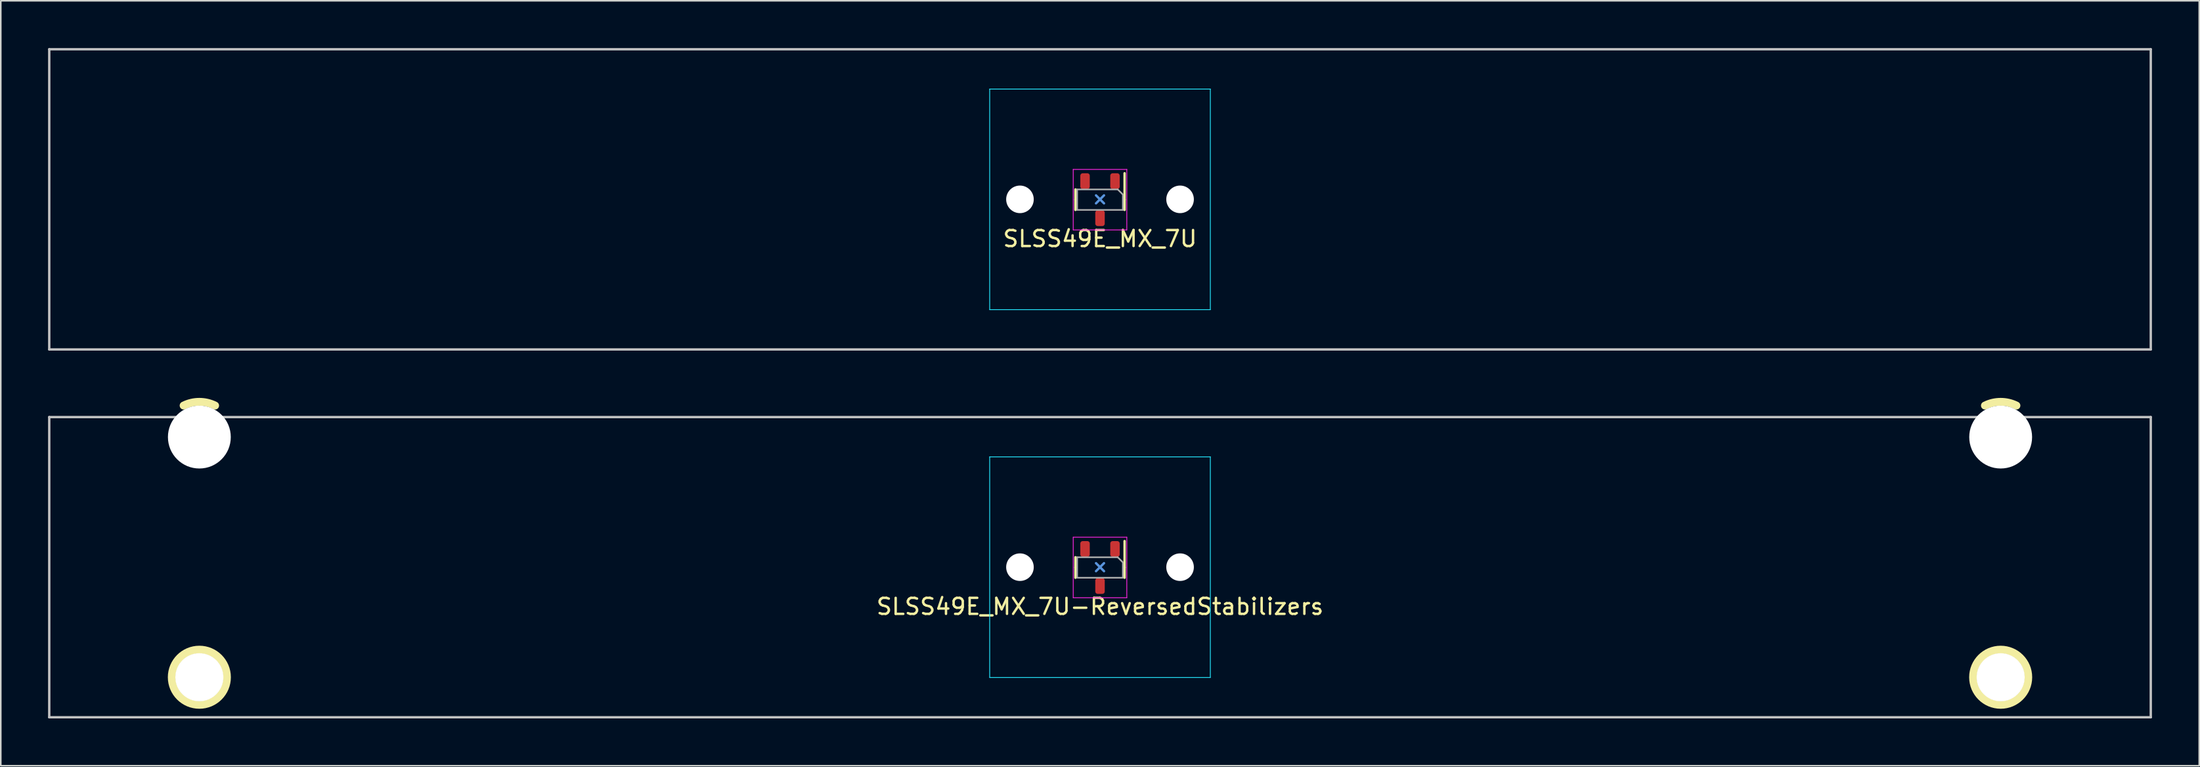
<source format=kicad_pcb>
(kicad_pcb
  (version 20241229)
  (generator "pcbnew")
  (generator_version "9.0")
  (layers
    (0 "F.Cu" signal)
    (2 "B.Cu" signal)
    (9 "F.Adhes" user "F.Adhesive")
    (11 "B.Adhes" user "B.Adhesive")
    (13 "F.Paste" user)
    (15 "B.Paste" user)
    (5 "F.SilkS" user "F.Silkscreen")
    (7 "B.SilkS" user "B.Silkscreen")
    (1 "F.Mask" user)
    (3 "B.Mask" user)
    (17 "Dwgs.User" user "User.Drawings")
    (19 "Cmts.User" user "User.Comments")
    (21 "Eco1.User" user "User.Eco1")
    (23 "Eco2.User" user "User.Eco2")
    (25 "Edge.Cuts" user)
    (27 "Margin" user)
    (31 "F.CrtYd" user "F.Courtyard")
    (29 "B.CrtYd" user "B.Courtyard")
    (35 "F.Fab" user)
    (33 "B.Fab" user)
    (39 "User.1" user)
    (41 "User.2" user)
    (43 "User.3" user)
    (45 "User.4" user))
  (footprint "SLSS49E_MX_7U-ReversedStabilizers"
    (layer "F.Cu")
    (at 66.75 32.941)
    (property "Reference" "SLSS49E_MX_7U-ReversedStabilizers" (at 0 2.5 0) (unlocked yes) (layer "F.SilkS") (effects (font (size 1.016 1.016) (thickness 0.153))))
    (attr smd)
    (fp_line (start -1.56 0.02) (end -1.56 -0.63) (stroke (width 0.153) (type solid)) (layer "F.SilkS"))
    (fp_line (start -1.56 0.02) (end -1.56 0.67) (stroke (width 0.153) (type solid)) (layer "F.SilkS"))
    (fp_line (start 1.56 0.02) (end 1.56 -1.655) (stroke (width 0.153) (type solid)) (layer "F.SilkS"))
    (fp_line (start 1.56 0.02) (end 1.56 0.67) (stroke (width 0.153) (type solid)) (layer "F.SilkS"))
    (fp_arc (start -58.148949 -10.255525) (mid -57.149413 -10.491068) (end -56.15 -10.255) (stroke (width 0.5) (type solid)) (layer "F.SilkS"))
    (fp_arc (start 56.151051 -10.255525) (mid 57.150587 -10.491068) (end 58.15 -10.255) (stroke (width 0.5) (type solid)) (layer "F.SilkS"))
    (fp_circle (center -57.15 6.985) (end -55.4 6.985) (stroke (width 0.5) (type solid)) (fill no) (layer "F.SilkS"))
    (fp_circle (center 57.15 6.985) (end 58.9 6.985) (stroke (width 0.5) (type solid)) (fill no) (layer "F.SilkS"))
    (fp_line (start -66.675 -9.525) (end 66.675 -9.525) (stroke (width 0.15) (type solid)) (layer "Dwgs.User"))
    (fp_line (start -66.675 9.525) (end -66.675 -9.525) (stroke (width 0.15) (type solid)) (layer "Dwgs.User"))
    (fp_line (start -66.675 9.525) (end 66.675 9.525) (stroke (width 0.15) (type solid)) (layer "Dwgs.User"))
    (fp_line (start 66.675 -9.525) (end 66.675 9.525) (stroke (width 0.15) (type solid)) (layer "Dwgs.User"))
    (fp_line (start -0.254 -0.254) (end 0.254 0.254) (stroke (width 0.15) (type default)) (layer "Cmts.User"))
    (fp_line (start -0.254 0.254) (end 0.254 -0.254) (stroke (width 0.15) (type default)) (layer "Cmts.User"))
    (fp_line (start -7 6.5) (end -7 -6.5) (stroke (width 0.15) (type solid)) (layer "Eco2.User"))
    (fp_line (start -6.5 -7) (end 6.5 -7) (stroke (width 0.15) (type solid)) (layer "Eco2.User"))
    (fp_line (start 6.5 7) (end -6.5 7) (stroke (width 0.15) (type solid)) (layer "Eco2.User"))
    (fp_line (start 7 -6.5) (end 7 6.5) (stroke (width 0.15) (type solid)) (layer "Eco2.User"))
    (fp_arc (start -7 -6.5) (mid -6.853553 -6.853553) (end -6.5 -7) (stroke (width 0.15) (type solid)) (layer "Eco2.User"))
    (fp_arc (start -6.5 7) (mid -6.853553 6.853553) (end -7 6.5) (stroke (width 0.15) (type solid)) (layer "Eco2.User"))
    (fp_arc (start 6.5 -7) (mid 6.853553 -6.853553) (end 7 -6.5) (stroke (width 0.15) (type solid)) (layer "Eco2.User"))
    (fp_arc (start 6.997236 6.498884) (mid 6.85082 6.852454) (end 6.497236 6.998884) (stroke (width 0.15) (type solid)) (layer "Eco2.User"))
    (fp_line (start -7 -7) (end 7 -7) (stroke (width 0.05) (type solid)) (layer "B.CrtYd"))
    (fp_line (start -7 7) (end -7 -7) (stroke (width 0.05) (type solid)) (layer "B.CrtYd"))
    (fp_line (start 7 -7) (end 7 7) (stroke (width 0.05) (type solid)) (layer "B.CrtYd"))
    (fp_line (start 7 7) (end -7 7) (stroke (width 0.05) (type solid)) (layer "B.CrtYd"))
    (fp_line (start -1.7 -1.9) (end -1.7 1.94) (stroke (width 0.05) (type solid)) (layer "F.CrtYd"))
    (fp_line (start -1.7 1.94) (end 1.7 1.94) (stroke (width 0.05) (type solid)) (layer "F.CrtYd"))
    (fp_line (start 1.7 -1.9) (end -1.7 -1.9) (stroke (width 0.05) (type solid)) (layer "F.CrtYd"))
    (fp_line (start 1.7 1.94) (end 1.7 -1.9) (stroke (width 0.05) (type solid)) (layer "F.CrtYd"))
    (fp_line (start -1.45 -0.63) (end 1.125 -0.63) (stroke (width 0.1) (type solid)) (layer "F.Fab"))
    (fp_line (start -1.45 0.67) (end -1.45 -0.63) (stroke (width 0.1) (type solid)) (layer "F.Fab"))
    (fp_line (start 1.125 -0.63) (end 1.45 -0.305) (stroke (width 0.1) (type solid)) (layer "F.Fab"))
    (fp_line (start 1.45 -0.305) (end 1.45 0.67) (stroke (width 0.1) (type solid)) (layer "F.Fab"))
    (fp_line (start 1.45 0.67) (end -1.45 0.67) (stroke (width 0.1) (type solid)) (layer "F.Fab"))
    (pad "" np_thru_hole circle (at -57.15 -8.255 180) (size 3.988 3.988) (drill 3.988) (layers "*.Cu" "*.Mask"))
    (pad "" np_thru_hole circle (at -57.15 6.985 180) (size 3.048 3.048) (drill 3.048) (layers "*.Cu" "*.Mask"))
    (pad "" np_thru_hole circle (at -5.08 0) (size 1.75 1.75) (drill 1.75) (layers "*.Cu" "*.Mask"))
    (pad "" np_thru_hole circle (at 5.08 0) (size 1.75 1.75) (drill 1.75) (layers "*.Cu" "*.Mask"))
    (pad "" np_thru_hole circle (at 57.15 -8.255 180) (size 3.988 3.988) (drill 3.988) (layers "*.Cu" "*.Mask"))
    (pad "" np_thru_hole circle (at 57.15 6.985 180) (size 3.048 3.048) (drill 3.048) (layers "*.Cu" "*.Mask"))
    (pad "1" smd roundrect (at 0.95 -1.155 270) (size 1 0.6) (layers "F.Cu" "F.Mask" "F.Paste") (roundrect_rratio 0.25))
    (pad "2" smd roundrect (at 0 1.195 270) (size 1 0.6) (layers "F.Cu" "F.Mask" "F.Paste") (roundrect_rratio 0.25))
    (pad "3" smd roundrect (at -0.95 -1.155 270) (size 1 0.6) (layers "F.Cu" "F.Mask" "F.Paste") (roundrect_rratio 0.25))
    (zone (net_name "") (layers "F.Cu" "B.Cu") (hatch edge 0.5) (connect_pads) (min_thickness 0.25) (filled_areas_thickness no) (keepout (tracks allowed) (vias allowed) (pads allowed) (copperpour not_allowed) (footprints allowed)) (placement (enabled no)) (fill) (polygon (pts (xy 68.5 32.941) (xy 68.48 32.68) (xy 68.422 32.425) (xy 68.327 32.182) (xy 68.196 31.955) (xy 68.033 31.751) (xy 67.841 31.573) (xy 67.625 31.426) (xy 67.389 31.312) (xy 67.139 31.235) (xy 66.881 31.196) (xy 66.619 31.196) (xy 66.361 31.235) (xy 66.111 31.312) (xy 65.875 31.426) (xy 65.659 31.573) (xy 65.467 31.751) (xy 65.304 31.955) (xy 65.173 32.182) (xy 65.078 32.425) (xy 65.02 32.68) (xy 65 32.941) (xy 65.02 33.202) (xy 65.078 33.457) (xy 65.173 33.7) (xy 65.304 33.927) (xy 65.467 34.131) (xy 65.659 34.309) (xy 65.875 34.457) (xy 66.111 34.57) (xy 66.361 34.647) (xy 66.619 34.686) (xy 66.881 34.686) (xy 67.139 34.647) (xy 67.389 34.57) (xy 67.625 34.457) (xy 67.841 34.309) (xy 68.033 34.131) (xy 68.196 33.927) (xy 68.327 33.7) (xy 68.422 33.457) (xy 68.48 33.202)))))
  (footprint "SLSS49E_MX_7U"
    (layer "F.Cu")
    (at 66.75 9.6)
    (property "Reference" "SLSS49E_MX_7U" (at 0 2.5 0) (unlocked yes) (layer "F.SilkS") (effects (font (size 1.016 1.016) (thickness 0.153))))
    (attr smd)
    (fp_line (start -1.56 0.02) (end -1.56 -0.63) (stroke (width 0.153) (type solid)) (layer "F.SilkS"))
    (fp_line (start -1.56 0.02) (end -1.56 0.67) (stroke (width 0.153) (type solid)) (layer "F.SilkS"))
    (fp_line (start 1.56 0.02) (end 1.56 -1.655) (stroke (width 0.153) (type solid)) (layer "F.SilkS"))
    (fp_line (start 1.56 0.02) (end 1.56 0.67) (stroke (width 0.153) (type solid)) (layer "F.SilkS"))
    (fp_line (start -66.675 -9.525) (end 66.675 -9.525) (stroke (width 0.15) (type solid)) (layer "Dwgs.User"))
    (fp_line (start -66.675 9.525) (end -66.675 -9.525) (stroke (width 0.15) (type solid)) (layer "Dwgs.User"))
    (fp_line (start -66.675 9.525) (end 66.675 9.525) (stroke (width 0.15) (type solid)) (layer "Dwgs.User"))
    (fp_line (start 66.675 -9.525) (end 66.675 9.525) (stroke (width 0.15) (type solid)) (layer "Dwgs.User"))
    (fp_line (start -0.254 -0.254) (end 0.254 0.254) (stroke (width 0.15) (type default)) (layer "Cmts.User"))
    (fp_line (start -0.254 0.254) (end 0.254 -0.254) (stroke (width 0.15) (type default)) (layer "Cmts.User"))
    (fp_line (start -7 6.5) (end -7 -6.5) (stroke (width 0.15) (type solid)) (layer "Eco2.User"))
    (fp_line (start -6.5 -7) (end 6.5 -7) (stroke (width 0.15) (type solid)) (layer "Eco2.User"))
    (fp_line (start 6.5 7) (end -6.5 7) (stroke (width 0.15) (type solid)) (layer "Eco2.User"))
    (fp_line (start 7 -6.5) (end 7 6.5) (stroke (width 0.15) (type solid)) (layer "Eco2.User"))
    (fp_arc (start -7 -6.5) (mid -6.853553 -6.853553) (end -6.5 -7) (stroke (width 0.15) (type solid)) (layer "Eco2.User"))
    (fp_arc (start -6.5 7) (mid -6.853553 6.853553) (end -7 6.5) (stroke (width 0.15) (type solid)) (layer "Eco2.User"))
    (fp_arc (start 6.5 -7) (mid 6.853553 -6.853553) (end 7 -6.5) (stroke (width 0.15) (type solid)) (layer "Eco2.User"))
    (fp_arc (start 6.997236 6.498884) (mid 6.85082 6.852454) (end 6.497236 6.998884) (stroke (width 0.15) (type solid)) (layer "Eco2.User"))
    (fp_line (start -7 -7) (end 7 -7) (stroke (width 0.05) (type solid)) (layer "B.CrtYd"))
    (fp_line (start -7 7) (end -7 -7) (stroke (width 0.05) (type solid)) (layer "B.CrtYd"))
    (fp_line (start 7 -7) (end 7 7) (stroke (width 0.05) (type solid)) (layer "B.CrtYd"))
    (fp_line (start 7 7) (end -7 7) (stroke (width 0.05) (type solid)) (layer "B.CrtYd"))
    (fp_line (start -1.7 -1.9) (end -1.7 1.94) (stroke (width 0.05) (type solid)) (layer "F.CrtYd"))
    (fp_line (start -1.7 1.94) (end 1.7 1.94) (stroke (width 0.05) (type solid)) (layer "F.CrtYd"))
    (fp_line (start 1.7 -1.9) (end -1.7 -1.9) (stroke (width 0.05) (type solid)) (layer "F.CrtYd"))
    (fp_line (start 1.7 1.94) (end 1.7 -1.9) (stroke (width 0.05) (type solid)) (layer "F.CrtYd"))
    (fp_line (start -1.45 -0.63) (end 1.125 -0.63) (stroke (width 0.1) (type solid)) (layer "F.Fab"))
    (fp_line (start -1.45 0.67) (end -1.45 -0.63) (stroke (width 0.1) (type solid)) (layer "F.Fab"))
    (fp_line (start 1.125 -0.63) (end 1.45 -0.305) (stroke (width 0.1) (type solid)) (layer "F.Fab"))
    (fp_line (start 1.45 -0.305) (end 1.45 0.67) (stroke (width 0.1) (type solid)) (layer "F.Fab"))
    (fp_line (start 1.45 0.67) (end -1.45 0.67) (stroke (width 0.1) (type solid)) (layer "F.Fab"))
    (pad "" np_thru_hole circle (at -5.08 0) (size 1.75 1.75) (drill 1.75) (layers "*.Cu" "*.Mask"))
    (pad "" np_thru_hole circle (at 5.08 0) (size 1.75 1.75) (drill 1.75) (layers "*.Cu" "*.Mask"))
    (pad "1" smd roundrect (at 0.95 -1.155 270) (size 1 0.6) (layers "F.Cu" "F.Mask" "F.Paste") (roundrect_rratio 0.25))
    (pad "2" smd roundrect (at 0 1.195 270) (size 1 0.6) (layers "F.Cu" "F.Mask" "F.Paste") (roundrect_rratio 0.25))
    (pad "3" smd roundrect (at -0.95 -1.155 270) (size 1 0.6) (layers "F.Cu" "F.Mask" "F.Paste") (roundrect_rratio 0.25))
    (zone (net_name "") (layers "F.Cu" "B.Cu") (hatch edge 0.5) (connect_pads) (min_thickness 0.25) (filled_areas_thickness no) (keepout (tracks allowed) (vias allowed) (pads allowed) (copperpour not_allowed) (footprints allowed)) (placement (enabled no)) (fill) (polygon (pts (xy 68.5 9.6) (xy 68.48 9.339) (xy 68.422 9.084) (xy 68.327 8.841) (xy 68.196 8.614) (xy 68.033 8.41) (xy 67.841 8.232) (xy 67.625 8.084) (xy 67.389 7.971) (xy 67.139 7.894) (xy 66.881 7.855) (xy 66.619 7.855) (xy 66.361 7.894) (xy 66.111 7.971) (xy 65.875 8.084) (xy 65.659 8.232) (xy 65.467 8.41) (xy 65.304 8.614) (xy 65.173 8.841) (xy 65.078 9.084) (xy 65.02 9.339) (xy 65 9.6) (xy 65.02 9.861) (xy 65.078 10.116) (xy 65.173 10.359) (xy 65.304 10.586) (xy 65.467 10.79) (xy 65.659 10.968) (xy 65.875 11.116) (xy 66.111 11.229) (xy 66.361 11.306) (xy 66.619 11.345) (xy 66.881 11.345) (xy 67.139 11.306) (xy 67.389 11.229) (xy 67.625 11.116) (xy 67.841 10.968) (xy 68.033 10.79) (xy 68.196 10.586) (xy 68.327 10.359) (xy 68.422 10.116) (xy 68.48 9.861)))))
  (gr_rect
    (start -3 -3)
    (end 136.5 45.541)
    (stroke (width 0.1) (type default))
    (fill no)
    (layer "Edge.Cuts")))
</source>
